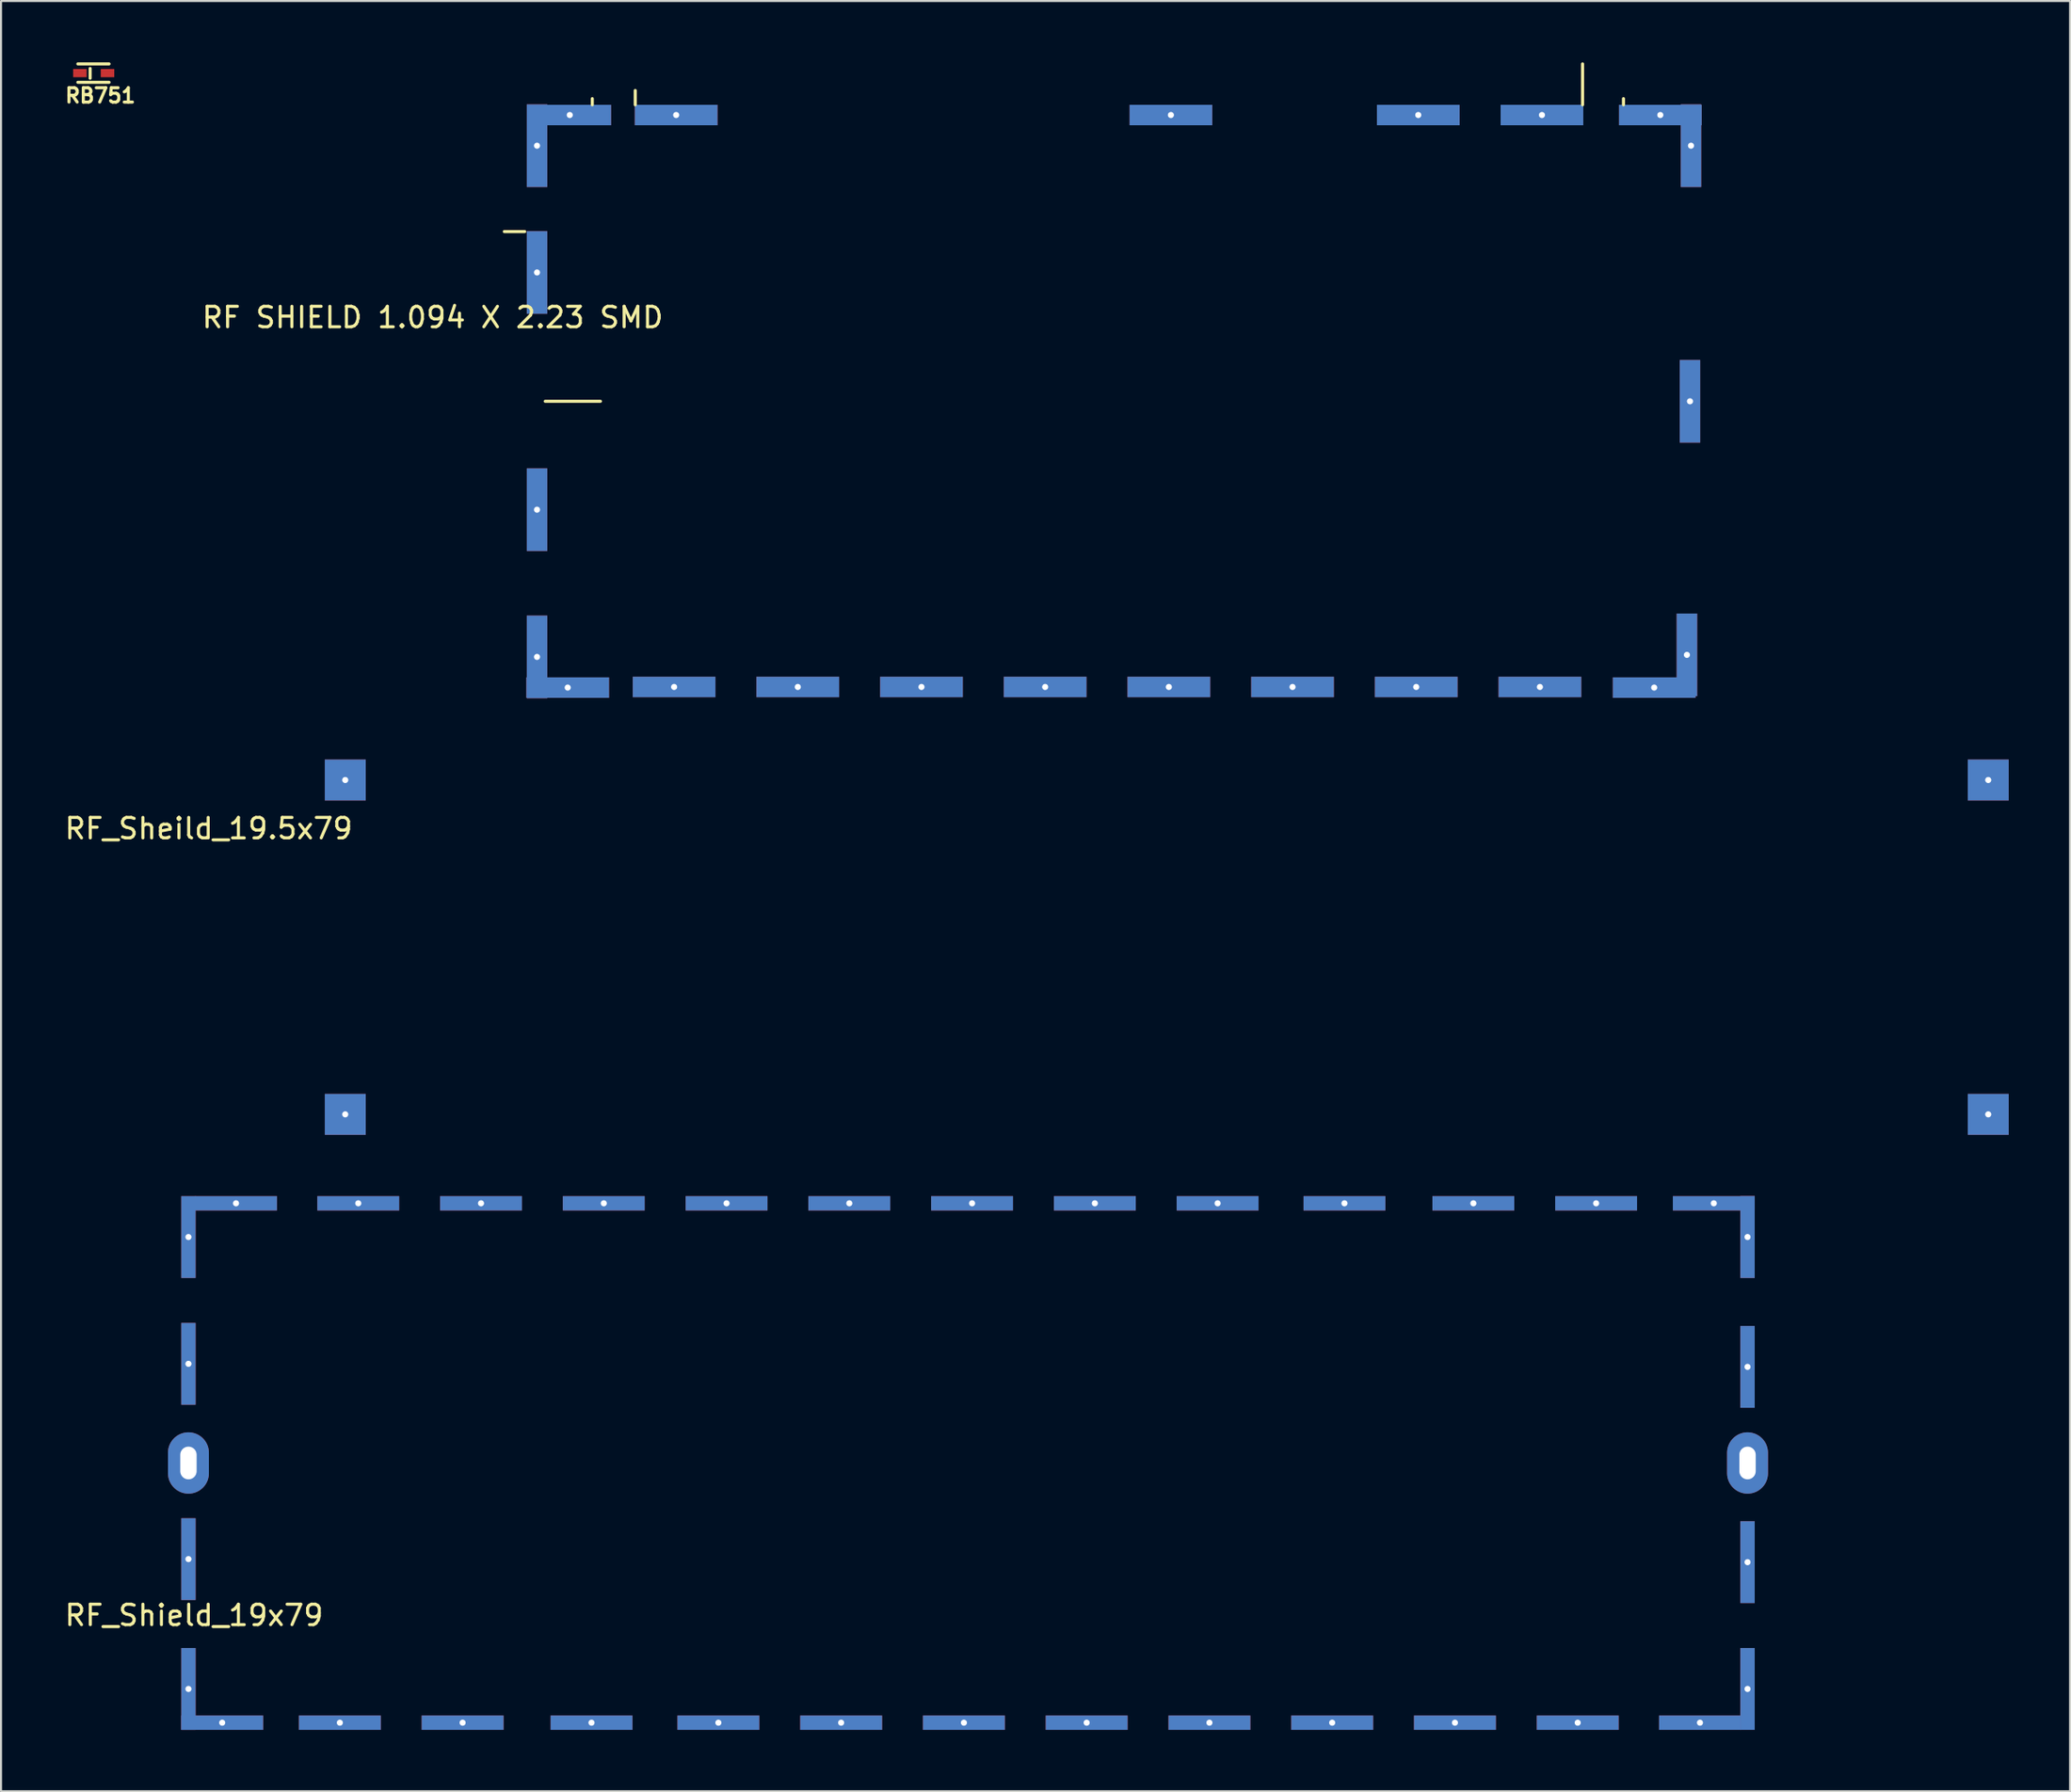
<source format=kicad_pcb>
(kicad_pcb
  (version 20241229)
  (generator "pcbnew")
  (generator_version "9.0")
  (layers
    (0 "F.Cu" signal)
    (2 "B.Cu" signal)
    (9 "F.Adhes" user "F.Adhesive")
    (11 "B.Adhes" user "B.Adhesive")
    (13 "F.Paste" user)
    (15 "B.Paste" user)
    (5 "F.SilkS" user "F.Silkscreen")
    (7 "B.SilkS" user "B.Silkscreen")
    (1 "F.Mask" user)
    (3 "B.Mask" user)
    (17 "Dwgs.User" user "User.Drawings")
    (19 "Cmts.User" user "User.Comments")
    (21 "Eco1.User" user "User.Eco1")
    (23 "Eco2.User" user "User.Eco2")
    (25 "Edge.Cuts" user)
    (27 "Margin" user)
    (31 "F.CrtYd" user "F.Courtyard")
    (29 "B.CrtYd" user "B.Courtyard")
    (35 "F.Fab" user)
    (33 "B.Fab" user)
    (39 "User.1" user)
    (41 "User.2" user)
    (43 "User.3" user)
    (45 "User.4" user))
  (footprint "RF_Sheild_19.5x79"
    (layer "F.Cu")
    (at 13.074 35.095)
    (property "Reference" "RF_Sheild_19.5x79" (at -5.925 2.375 0) (layer "F.SilkS") (effects (font (size 1 1) (thickness 0.15))))
    (attr through_hole)
    (pad "1" thru_hole rect (at 0.75 0 90) (size 2 2) (drill 0.3) (layers "*.Cu" "*.Mask"))
    (pad "1" thru_hole rect (at 0.75 16.35 90) (size 2 2) (drill 0.3) (layers "*.Cu" "*.Mask"))
    (pad "1" thru_hole rect (at 81.05 0 90) (size 2 2) (drill 0.3) (layers "*.Cu" "*.Mask"))
    (pad "1" thru_hole rect (at 81.05 16.35 90) (size 2 2) (drill 0.3) (layers "*.Cu" "*.Mask")))
  (footprint "RF SHIELD 1.094 X 2.23 SMD"
    (layer "F.Cu")
    (at 22.697 2.075)
    (property "Reference" "RF SHIELD 1.094 X 2.23 SMD" (at -4.6 10.4 0) (layer "F.SilkS") (effects (font (size 1 1) (thickness 0.15))))
    (attr through_hole)
    (fp_line (start -0.1 6.2) (end -1.1 6.2) (stroke (width 0.15) (type solid)) (layer "F.SilkS"))
    (fp_line (start 0.9 14.5) (end 3.6 14.5) (stroke (width 0.15) (type solid)) (layer "F.SilkS"))
    (fp_line (start 3.2 0) (end 3.2 -0.3) (stroke (width 0.15) (type solid)) (layer "F.SilkS"))
    (fp_line (start 5.3 0) (end 5.3 -0.7) (stroke (width 0.15) (type solid)) (layer "F.SilkS"))
    (fp_line (start 51.6 0) (end 51.6 -2) (stroke (width 0.15) (type solid)) (layer "F.SilkS"))
    (fp_line (start 53.6 0) (end 53.6 -0.3) (stroke (width 0.15) (type solid)) (layer "F.SilkS"))
    (pad "1" thru_hole rect (at 0.5 2 270) (size 4.04 1) (drill 0.3) (layers "*.Cu" "*.Mask"))
    (pad "1" thru_hole rect (at 0.5 8.2 270) (size 4.04 1) (drill 0.3) (layers "*.Cu" "*.Mask"))
    (pad "1" thru_hole rect (at 0.5 19.8 270) (size 4.04 1) (drill 0.3) (layers "*.Cu" "*.Mask"))
    (pad "1" thru_hole rect (at 0.5 27 90) (size 4.04 1) (drill 0.3) (layers "*.Cu" "*.Mask"))
    (pad "1" thru_hole rect (at 2 28.5) (size 4.04 1) (drill 0.3) (layers "*.Cu" "*.Mask"))
    (pad "1" thru_hole rect (at 2.1 0.5) (size 4.04 1) (drill 0.3) (layers "*.Cu" "*.Mask"))
    (pad "1" thru_hole rect (at 7.2 28.47) (size 4.04 1) (drill 0.3) (layers "*.Cu" "*.Mask"))
    (pad "1" thru_hole rect (at 7.3 0.5) (size 4.04 1) (drill 0.3) (layers "*.Cu" "*.Mask"))
    (pad "1" thru_hole rect (at 13.245 28.47) (size 4.04 1) (drill 0.3) (layers "*.Cu" "*.Mask"))
    (pad "1" thru_hole rect (at 19.29 28.47) (size 4.04 1) (drill 0.3) (layers "*.Cu" "*.Mask"))
    (pad "1" thru_hole rect (at 25.335 28.47) (size 4.04 1) (drill 0.3) (layers "*.Cu" "*.Mask"))
    (pad "1" thru_hole rect (at 31.38 28.47) (size 4.04 1) (drill 0.3) (layers "*.Cu" "*.Mask"))
    (pad "1" thru_hole rect (at 31.48 0.5) (size 4.04 1) (drill 0.3) (layers "*.Cu" "*.Mask"))
    (pad "1" thru_hole rect (at 37.425 28.47) (size 4.04 1) (drill 0.3) (layers "*.Cu" "*.Mask"))
    (pad "1" thru_hole rect (at 43.47 28.47) (size 4.04 1) (drill 0.3) (layers "*.Cu" "*.Mask"))
    (pad "1" thru_hole rect (at 43.57 0.5) (size 4.04 1) (drill 0.3) (layers "*.Cu" "*.Mask"))
    (pad "1" thru_hole rect (at 49.515 28.47) (size 4.04 1) (drill 0.3) (layers "*.Cu" "*.Mask"))
    (pad "1" thru_hole rect (at 49.615 0.5) (size 4.04 1) (drill 0.3) (layers "*.Cu" "*.Mask"))
    (pad "1" thru_hole rect (at 55.1 28.5) (size 4.04 1) (drill 0.3) (layers "*.Cu" "*.Mask"))
    (pad "1" thru_hole rect (at 55.4 0.5) (size 4.04 1) (drill 0.3) (layers "*.Cu" "*.Mask"))
    (pad "1" thru_hole rect (at 56.7 26.9 270) (size 4.04 1) (drill 0.3) (layers "*.Cu" "*.Mask"))
    (pad "1" thru_hole rect (at 56.85 14.5 270) (size 4.04 1) (drill 0.3) (layers "*.Cu" "*.Mask"))
    (pad "1" thru_hole rect (at 56.9 2 90) (size 4.04 1) (drill 0.3) (layers "*.Cu" "*.Mask")))
  (footprint "RF_Shield_19x79"
    (layer "F.Cu")
    (at 6.16 68.495)
    (property "Reference" "RF_Shield_19x79" (at 0.275 7.45 0) (layer "F.SilkS") (effects (font (size 1 1) (thickness 0.15))))
    (attr through_hole)
    (pad "1" thru_hole rect (at 0 -11.05) (size 0.7 4) (drill 0.3) (layers "*.Cu" "*.Mask"))
    (pad "1" thru_hole oval (at 0 0) (size 2 3) (drill oval 0.8 1.6) (layers "*.Cu" "*.Mask"))
    (pad "1" thru_hole rect (at 0 11.05 180) (size 0.7 4) (drill 0.3) (layers "*.Cu" "*.Mask"))
    (pad "1" thru_hole rect (at 2.325 -12.7 90) (size 0.7 4) (drill 0.3) (layers "*.Cu" "*.Mask"))
    (pad "1" thru_hole rect (at 73.875 12.7 270) (size 0.7 4) (drill 0.3) (layers "*.Cu" "*.Mask"))
    (pad "1" thru_hole rect (at 76.2 -11.05) (size 0.7 4) (drill 0.3) (layers "*.Cu" "*.Mask"))
    (pad "1" thru_hole oval (at 76.2 0) (size 2 3) (drill oval 0.8 1.6) (layers "*.Cu" "*.Mask"))
    (pad "1" thru_hole rect (at 76.2 11.05 180) (size 0.7 4) (drill 0.3) (layers "*.Cu" "*.Mask"))
    (pad "2" thru_hole rect (at 0 -4.85) (size 0.7 4) (drill 0.3) (layers "*.Cu" "*.Mask"))
    (pad "2" thru_hole rect (at 0 4.7 180) (size 0.7 4) (drill 0.3) (layers "*.Cu" "*.Mask"))
    (pad "2" thru_hole rect (at 8.3 -12.7 90) (size 0.7 4) (drill 0.3) (layers "*.Cu" "*.Mask"))
    (pad "2" thru_hole rect (at 67.9 12.7 270) (size 0.7 4) (drill 0.3) (layers "*.Cu" "*.Mask"))
    (pad "2" thru_hole rect (at 76.2 -4.7) (size 0.7 4) (drill 0.3) (layers "*.Cu" "*.Mask"))
    (pad "2" thru_hole rect (at 76.2 4.85 180) (size 0.7 4) (drill 0.3) (layers "*.Cu" "*.Mask"))
    (pad "3" thru_hole rect (at 14.3 -12.7 90) (size 0.7 4) (drill 0.3) (layers "*.Cu" "*.Mask"))
    (pad "3" thru_hole rect (at 61.9 12.7 270) (size 0.7 4) (drill 0.3) (layers "*.Cu" "*.Mask"))
    (pad "4" thru_hole rect (at 20.3 -12.7 90) (size 0.7 4) (drill 0.3) (layers "*.Cu" "*.Mask"))
    (pad "4" thru_hole rect (at 55.9 12.7 270) (size 0.7 4) (drill 0.3) (layers "*.Cu" "*.Mask"))
    (pad "5" thru_hole rect (at 26.3 -12.7 90) (size 0.7 4) (drill 0.3) (layers "*.Cu" "*.Mask"))
    (pad "5" thru_hole rect (at 49.9 12.7 270) (size 0.7 4) (drill 0.3) (layers "*.Cu" "*.Mask"))
    (pad "6" thru_hole rect (at 32.3 -12.7 90) (size 0.7 4) (drill 0.3) (layers "*.Cu" "*.Mask"))
    (pad "6" thru_hole rect (at 43.9 12.7 270) (size 0.7 4) (drill 0.3) (layers "*.Cu" "*.Mask"))
    (pad "7" thru_hole rect (at 37.9 12.7 270) (size 0.7 4) (drill 0.3) (layers "*.Cu" "*.Mask"))
    (pad "7" thru_hole rect (at 38.3 -12.7 90) (size 0.7 4) (drill 0.3) (layers "*.Cu" "*.Mask"))
    (pad "8" thru_hole rect (at 13.4 12.7 270) (size 0.7 4) (drill 0.3) (layers "*.Cu" "*.Mask"))
    (pad "8" thru_hole rect (at 31.9 12.7 270) (size 0.7 4) (drill 0.3) (layers "*.Cu" "*.Mask"))
    (pad "8" thru_hole rect (at 44.3 -12.7 90) (size 0.7 4) (drill 0.3) (layers "*.Cu" "*.Mask"))
    (pad "8" thru_hole rect (at 62.8 -12.7 90) (size 0.7 4) (drill 0.3) (layers "*.Cu" "*.Mask"))
    (pad "9" thru_hole rect (at 7.4 12.7 270) (size 0.7 4) (drill 0.3) (layers "*.Cu" "*.Mask"))
    (pad "9" thru_hole rect (at 25.9 12.7 270) (size 0.7 4) (drill 0.3) (layers "*.Cu" "*.Mask"))
    (pad "9" thru_hole rect (at 50.3 -12.7 90) (size 0.7 4) (drill 0.3) (layers "*.Cu" "*.Mask"))
    (pad "9" thru_hole rect (at 68.8 -12.7 90) (size 0.7 4) (drill 0.3) (layers "*.Cu" "*.Mask"))
    (pad "10" thru_hole rect (at 1.65 12.7 270) (size 0.7 4) (drill 0.3) (layers "*.Cu" "*.Mask"))
    (pad "10" thru_hole rect (at 19.7 12.7 270) (size 0.7 4) (drill 0.3) (layers "*.Cu" "*.Mask"))
    (pad "10" thru_hole rect (at 56.5 -12.7 90) (size 0.7 4) (drill 0.3) (layers "*.Cu" "*.Mask"))
    (pad "10" thru_hole rect (at 74.55 -12.7 90) (size 0.7 4) (drill 0.3) (layers "*.Cu" "*.Mask")))
  (footprint "RB751"
    (layer "F.Cu")
    (at 1.505 0.525)
    (property "Reference" "RB751" (at 0.35 1.1 0) (layer "F.SilkS") (effects (font (size 0.7 0.7) (thickness 0.15))))
    (attr through_hole)
    (fp_line (start -0.75 -0.45) (end 0.775 -0.45) (stroke (width 0.15) (type solid)) (layer "F.SilkS"))
    (fp_line (start -0.75 0.45) (end 0.775 0.45) (stroke (width 0.15) (type solid)) (layer "F.SilkS"))
    (fp_line (start -0.15 -0.225) (end -0.15 0.25) (stroke (width 0.15) (type solid)) (layer "F.SilkS"))
    (pad "1" smd rect (at -0.65 0) (size 0.66 0.4) (layers "F.Cu" "F.Mask" "F.Paste"))
    (pad "2" smd rect (at 0.7 0) (size 0.66 0.4) (layers "F.Cu" "F.Mask" "F.Paste")))
  (gr_rect
    (start -3 -3)
    (end 98.124 84.545)
    (stroke (width 0.1) (type default))
    (fill no)
    (layer "Edge.Cuts")))
</source>
